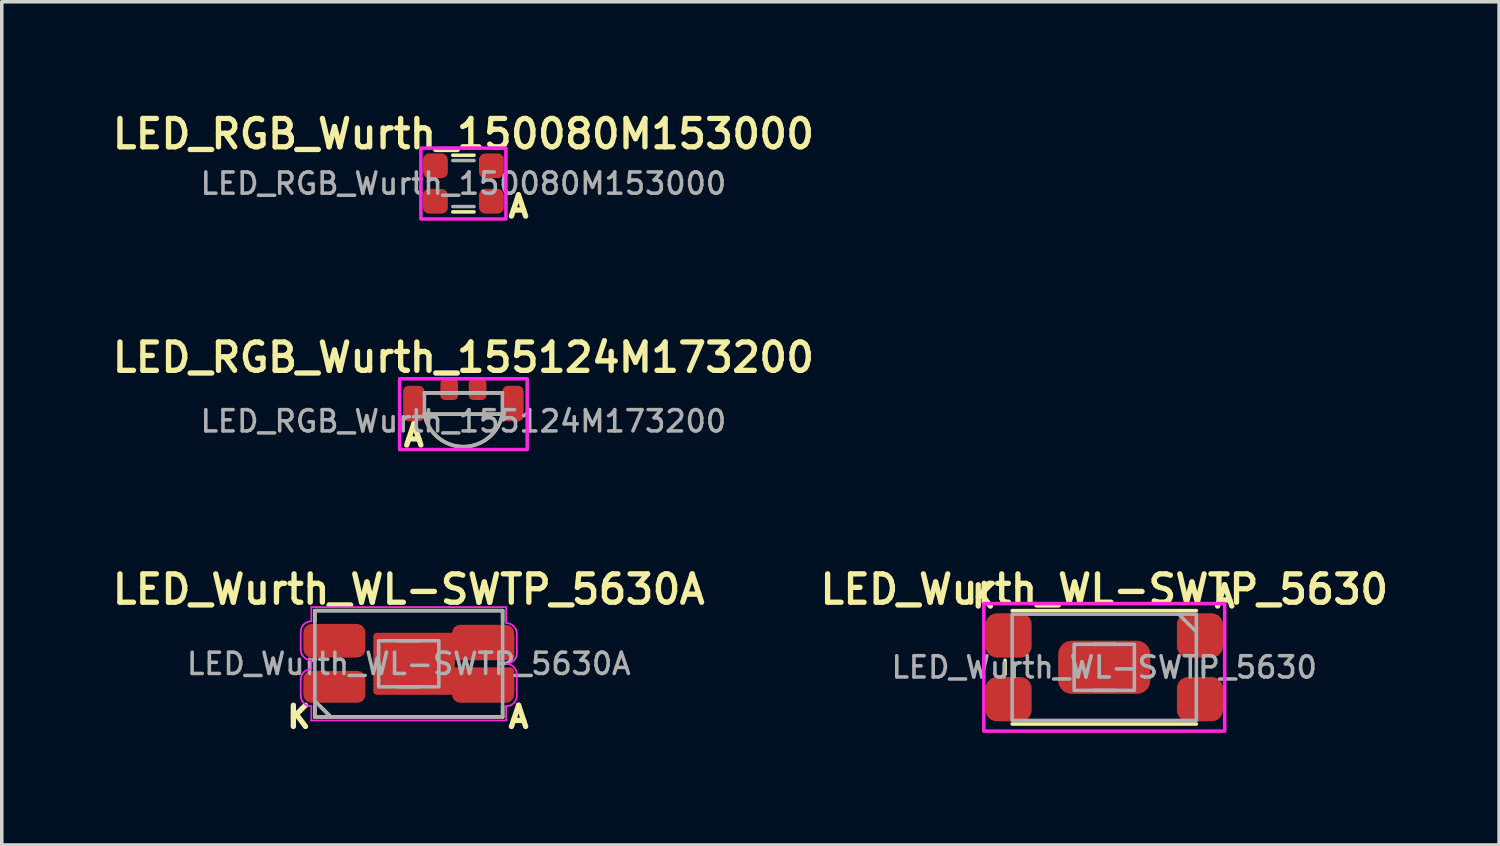
<source format=kicad_pcb>
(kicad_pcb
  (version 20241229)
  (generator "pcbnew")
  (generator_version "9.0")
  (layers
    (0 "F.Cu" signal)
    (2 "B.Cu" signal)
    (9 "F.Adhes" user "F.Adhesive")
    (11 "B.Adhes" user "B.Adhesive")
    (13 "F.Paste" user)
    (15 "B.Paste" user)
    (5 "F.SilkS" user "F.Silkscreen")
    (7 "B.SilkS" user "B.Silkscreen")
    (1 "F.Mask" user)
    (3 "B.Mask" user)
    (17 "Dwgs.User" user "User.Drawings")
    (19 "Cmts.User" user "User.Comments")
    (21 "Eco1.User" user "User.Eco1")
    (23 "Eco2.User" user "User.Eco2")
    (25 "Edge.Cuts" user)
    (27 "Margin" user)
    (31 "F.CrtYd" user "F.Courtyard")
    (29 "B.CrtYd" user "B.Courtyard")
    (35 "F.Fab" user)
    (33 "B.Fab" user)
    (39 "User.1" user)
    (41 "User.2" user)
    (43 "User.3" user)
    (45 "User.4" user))
  (footprint "LED_RGB_Wurth_155124M173200"
    (layer "F.Cu")
    (at 10.031 8.841)
    (property "Reference" "LED_RGB_Wurth_155124M173200" (at 0 -1.8 0) (unlocked yes) (layer "F.SilkS") (effects (font (size 0.8 0.8) (thickness 0.15) (bold yes))))
    (attr smd)
    (fp_line (start 1.1 -0.8) (end -1.1 -0.8) (stroke (width 0.1) (type default)) (layer "F.SilkS"))
    (fp_line (start 1.1 -0.2) (end -1.1 -0.2) (stroke (width 0.1) (type default)) (layer "F.SilkS"))
    (fp_arc (start 1.099999 -0.2) (mid 0 0.718033) (end -1.099999 -0.2) (stroke (width 0.1) (type default)) (layer "F.SilkS"))
    (fp_rect (start -1.8 -1.2) (end 1.8 0.8) (stroke (width 0.1) (type default)) (fill no) (layer "F.CrtYd"))
    (fp_rect (start -1.1 -0.8) (end 1.1 -0.2) (stroke (width 0.1) (type default)) (fill no) (layer "F.Fab"))
    (fp_arc (start 1.099999 -0.200001) (mid 0 0.718033) (end -1.099999 -0.2) (stroke (width 0.1) (type default)) (layer "F.Fab"))
    (fp_text user "A" (at -1.4 0.4 0) (unlocked yes) (layer "F.SilkS") (effects (font (size 0.6 0.6) (thickness 0.15) (bold yes))))
    (fp_text user "${REFERENCE}" (at 0 0 0) (unlocked yes) (layer "F.Fab") (effects (font (size 0.6 0.6) (thickness 0.1) (bold yes))))
    (pad "1" smd roundrect (at -1.4 -0.5) (size 0.6 1) (layers "F.Cu" "F.Mask" "F.Paste") (roundrect_rratio 0.25))
    (pad "2" smd roundrect (at -0.4 -0.9) (size 0.5 0.6) (layers "F.Cu" "F.Mask" "F.Paste") (roundrect_rratio 0.25))
    (pad "3" smd roundrect (at 0.4 -0.9) (size 0.5 0.6) (layers "F.Cu" "F.Mask" "F.Paste") (roundrect_rratio 0.25))
    (pad "4" smd roundrect (at 1.4 -0.5) (size 0.6 1) (layers "F.Cu" "F.Mask" "F.Paste") (roundrect_rratio 0.25)))
  (footprint "LED_Wurth_WL-SWTP_5630A"
    (layer "F.Cu")
    (at 8.488 15.687)
    (property "Reference" "LED_Wurth_WL-SWTP_5630A" (at 0 -2.1 0) (unlocked yes) (layer "F.SilkS") (effects (font (size 0.8 0.8) (thickness 0.15) (bold yes))))
    (attr smd)
    (fp_line (start -2.65 -1.5) (end 2.65 -1.5) (stroke (width 0.1) (type default)) (layer "F.SilkS"))
    (fp_line (start -2.65 -1.2) (end -2.65 -1.5) (stroke (width 0.1) (type default)) (layer "F.SilkS"))
    (fp_line (start -2.65 1.2) (end -2.65 1.5) (stroke (width 0.1) (type default)) (layer "F.SilkS"))
    (fp_line (start -2.65 1.5) (end 2.65 1.5) (stroke (width 0.1) (type default)) (layer "F.SilkS"))
    (fp_line (start -2.2 1.5) (end -2.5 1.2) (stroke (width 0.1) (type default)) (layer "F.SilkS"))
    (fp_line (start 2.65 -1.5) (end 2.65 -1.2) (stroke (width 0.1) (type default)) (layer "F.SilkS"))
    (fp_line (start 2.65 1.5) (end 2.65 1.2) (stroke (width 0.1) (type default)) (layer "F.SilkS"))
    (fp_line (start -3.05 -0.9) (end -3.05 -0.4) (stroke (width 0.05) (type default)) (layer "F.CrtYd"))
    (fp_line (start -3.05 0.45) (end -3.05 0.9) (stroke (width 0.05) (type default)) (layer "F.CrtYd"))
    (fp_line (start -2.75 -1.6) (end 2.75 -1.6) (stroke (width 0.05) (type default)) (layer "F.CrtYd"))
    (fp_line (start -2.75 -1.2) (end -2.75 -1.6) (stroke (width 0.05) (type default)) (layer "F.CrtYd"))
    (fp_line (start -2.75 -0.1) (end -2.75 0.15) (stroke (width 0.05) (type default)) (layer "F.CrtYd"))
    (fp_line (start -2.75 1.2) (end -2.75 1.6) (stroke (width 0.05) (type default)) (layer "F.CrtYd"))
    (fp_line (start -2.75 1.6) (end 2.75 1.6) (stroke (width 0.05) (type default)) (layer "F.CrtYd"))
    (fp_line (start 2.75 -1.15) (end 2.75 -1.6) (stroke (width 0.05) (type default)) (layer "F.CrtYd"))
    (fp_line (start 2.75 1.2) (end 2.75 1.6) (stroke (width 0.05) (type default)) (layer "F.CrtYd"))
    (fp_line (start 3.05 -0.3) (end 3.05 -0.85) (stroke (width 0.05) (type default)) (layer "F.CrtYd"))
    (fp_line (start 3.05 0.3) (end 3.05 0.9) (stroke (width 0.05) (type default)) (layer "F.CrtYd"))
    (fp_arc (start -3.05 -0.9) (mid -2.962132 -1.112132) (end -2.75 -1.2) (stroke (width 0.05) (type default)) (layer "F.CrtYd"))
    (fp_arc (start -3.05 0.45) (mid -2.962132 0.237868) (end -2.75 0.15) (stroke (width 0.05) (type default)) (layer "F.CrtYd"))
    (fp_arc (start -2.75 -0.1) (mid -2.962132 -0.187868) (end -3.05 -0.4) (stroke (width 0.05) (type default)) (layer "F.CrtYd"))
    (fp_arc (start -2.75 1.2) (mid -2.962132 1.112132) (end -3.05 0.9) (stroke (width 0.05) (type default)) (layer "F.CrtYd"))
    (fp_arc (start 2.75 -1.15) (mid 2.962132 -1.062132) (end 3.05 -0.85) (stroke (width 0.05) (type default)) (layer "F.CrtYd"))
    (fp_arc (start 2.75 0) (mid 2.962132 0.087868) (end 3.05 0.3) (stroke (width 0.05) (type default)) (layer "F.CrtYd"))
    (fp_arc (start 3.05 -0.3) (mid 2.962132 -0.087868) (end 2.75 0) (stroke (width 0.05) (type default)) (layer "F.CrtYd"))
    (fp_arc (start 3.05 0.9) (mid 2.962132 1.112132) (end 2.75 1.2) (stroke (width 0.05) (type default)) (layer "F.CrtYd"))
    (fp_line (start -2.65 1.05) (end -2.2 1.5) (stroke (width 0.1) (type default)) (layer "F.Fab"))
    (fp_line (start -0.3 -0.65) (end 0.3 -0.65) (stroke (width 0.1) (type default)) (layer "F.Fab"))
    (fp_line (start 0.3 0.65) (end -0.3 0.65) (stroke (width 0.1) (type default)) (layer "F.Fab"))
    (fp_rect (start -2.65 -1.5) (end 2.65 1.5) (stroke (width 0.1) (type default)) (fill no) (layer "F.Fab"))
    (fp_rect (start -0.85 -0.65) (end 0.85 0.65) (stroke (width 0.1) (type default)) (fill no) (layer "F.Fab"))
    (fp_text user "A" (at 3.1 1.5 0) (unlocked yes) (layer "F.SilkS") (effects (font (size 0.6 0.6) (thickness 0.15) (bold yes))))
    (fp_text user "K" (at -3.1 1.5 0) (unlocked yes) (layer "F.SilkS") (effects (font (size 0.6 0.6) (thickness 0.15) (bold yes))))
    (fp_text user "${REFERENCE}" (at 0 0 0) (unlocked yes) (layer "F.Fab") (effects (font (size 0.6 0.6) (thickness 0.1) (bold yes))))
    (pad "" smd custom (at 0 0) (size 0.1 0.1) (layers "F.Cu" "F.Mask" "F.Paste") (options (anchor rect)) (primitives (gr_poly (pts (xy -0.9 -0.775) (xy 2.88 -0.775) (xy 2.88 -0.2) (xy 1.2 -0.2) (xy 1.2 0.2) (xy 2.88 0.2) (xy 2.88 0.775) (xy -0.9 0.775)) (width 0.2) (fill yes))))
    (pad "1" smd roundrect (at -2.1 0.65) (size 1.75 0.9) (layers "F.Cu" "F.Mask" "F.Paste") (roundrect_rratio 0.25))
    (pad "2" smd roundrect (at -2.1 -0.65) (size 1.75 0.95) (layers "F.Cu" "F.Mask" "F.Paste") (roundrect_rratio 0.25))
    (pad "3" smd roundrect (at 2.1 -0.65) (size 1.75 0.9) (layers "F.Cu" "F.Mask" "F.Paste") (roundrect_rratio 0.25))
    (pad "4" smd roundrect (at 2.1 0.65) (size 1.75 0.9) (layers "F.Cu" "F.Mask" "F.Paste") (roundrect_rratio 0.25)))
  (footprint "LED_Wurth_WL-SWTP_5630"
    (layer "F.Cu")
    (at 28.121 15.787)
    (property "Reference" "LED_Wurth_WL-SWTP_5630" (at 0 -2.2 0) (unlocked yes) (layer "F.SilkS") (effects (font (size 0.8 0.8) (thickness 0.15) (bold yes))))
    (attr smd)
    (fp_line (start -2.8 -0.2) (end -2.8 0.2) (stroke (width 0.1) (type default)) (layer "F.SilkS"))
    (fp_line (start 2.6 -1.6) (end -2.6 -1.6) (stroke (width 0.1) (type default)) (layer "F.SilkS"))
    (fp_line (start 2.6 1.6) (end -2.6 1.6) (stroke (width 0.1) (type default)) (layer "F.SilkS"))
    (fp_line (start 2.8 -0.2) (end 2.8 0.2) (stroke (width 0.1) (type default)) (layer "F.SilkS"))
    (fp_rect (start -3.4 -1.8) (end 3.4 1.8) (stroke (width 0.1) (type default)) (fill no) (layer "F.CrtYd"))
    (fp_line (start -0.3 -0.65) (end 0.3 -0.65) (stroke (width 0.1) (type default)) (layer "F.Fab"))
    (fp_line (start 0.3 0.65) (end -0.3 0.65) (stroke (width 0.1) (type default)) (layer "F.Fab"))
    (fp_line (start 2.6 -1) (end 2.1 -1.5) (stroke (width 0.1) (type default)) (layer "F.Fab"))
    (fp_rect (start -2.6 -1.5) (end 2.6 1.5) (stroke (width 0.1) (type default)) (fill no) (layer "F.Fab"))
    (fp_rect (start -0.85 -0.65) (end 0.85 0.65) (stroke (width 0.1) (type default)) (fill no) (layer "F.Fab"))
    (fp_text user "A" (at 3.4 -2 0) (unlocked yes) (layer "F.SilkS") (effects (font (size 0.6 0.6) (thickness 0.15) (bold yes))))
    (fp_text user "K" (at -3.4 -2 0) (unlocked yes) (layer "F.SilkS") (effects (font (size 0.6 0.6) (thickness 0.15) (bold yes))))
    (fp_text user "${REFERENCE}" (at 0 0 0) (unlocked yes) (layer "F.Fab") (effects (font (size 0.6 0.6) (thickness 0.1) (bold yes))))
    (pad "1" smd roundrect (at -2.7 0.9) (size 1.3 1.25) (layers "F.Cu" "F.Mask" "F.Paste") (roundrect_rratio 0.25))
    (pad "2" smd roundrect (at 2.7 0.9) (size 1.3 1.25) (layers "F.Cu" "F.Mask" "F.Paste") (roundrect_rratio 0.25))
    (pad "3" smd roundrect (at 2.7 -0.9) (size 1.3 1.25) (layers "F.Cu" "F.Mask" "F.Paste") (roundrect_rratio 0.25))
    (pad "4" smd roundrect (at -2.7 -0.9) (size 1.3 1.25) (layers "F.Cu" "F.Mask" "F.Paste") (roundrect_rratio 0.25))
    (pad "5" smd roundrect (at 0 0) (size 2.6 1.5) (layers "F.Cu" "F.Mask" "F.Paste") (roundrect_rratio 0.25)))
  (footprint "LED_RGB_Wurth_150080M153000"
    (layer "F.Cu")
    (at 10.031 2.131)
    (property "Reference" "LED_RGB_Wurth_150080M153000" (at 0 -1.4 0) (unlocked yes) (layer "F.SilkS") (effects (font (size 0.8 0.8) (thickness 0.15) (bold yes))))
    (attr smd)
    (fp_line (start 0.3 -0.8) (end -0.3 -0.8) (stroke (width 0.1) (type default)) (layer "F.SilkS"))
    (fp_line (start 0.3 0.8) (end -0.3 0.8) (stroke (width 0.1) (type default)) (layer "F.SilkS"))
    (fp_rect (start -1.2 -1) (end 1.2 1) (stroke (width 0.1) (type default)) (fill no) (layer "F.CrtYd"))
    (fp_line (start -0.3 -0.65) (end 0.3 -0.65) (stroke (width 0.1) (type default)) (layer "F.Fab"))
    (fp_line (start 0.3 0.65) (end -0.3 0.65) (stroke (width 0.1) (type default)) (layer "F.Fab"))
    (fp_text user "A" (at 1.2 1 0) (unlocked yes) (layer "F.SilkS") (effects (font (size 0.6 0.6) (thickness 0.15) (bold yes)) (justify left bottom)))
    (fp_text user "${REFERENCE}" (at 0 0 0) (unlocked yes) (layer "F.Fab") (effects (font (size 0.6 0.6) (thickness 0.1) (bold yes))))
    (pad "1" smd roundrect (at -0.79 0.5) (size 0.7 0.7) (layers "F.Cu" "F.Mask" "F.Paste") (roundrect_rratio 0.25))
    (pad "2" smd roundrect (at -0.79 -0.5) (size 0.7 0.7) (layers "F.Cu" "F.Mask" "F.Paste") (roundrect_rratio 0.25))
    (pad "3" smd roundrect (at 0.79 -0.5) (size 0.7 0.7) (layers "F.Cu" "F.Mask" "F.Paste") (roundrect_rratio 0.25))
    (pad "4" smd roundrect (at 0.79 0.5) (size 0.7 0.7) (layers "F.Cu" "F.Mask" "F.Paste") (roundrect_rratio 0.25)))
  (gr_rect
    (start -3 -3)
    (end 39.266 20.801)
    (stroke (width 0.1) (type default))
    (fill no)
    (layer "Edge.Cuts")))
</source>
